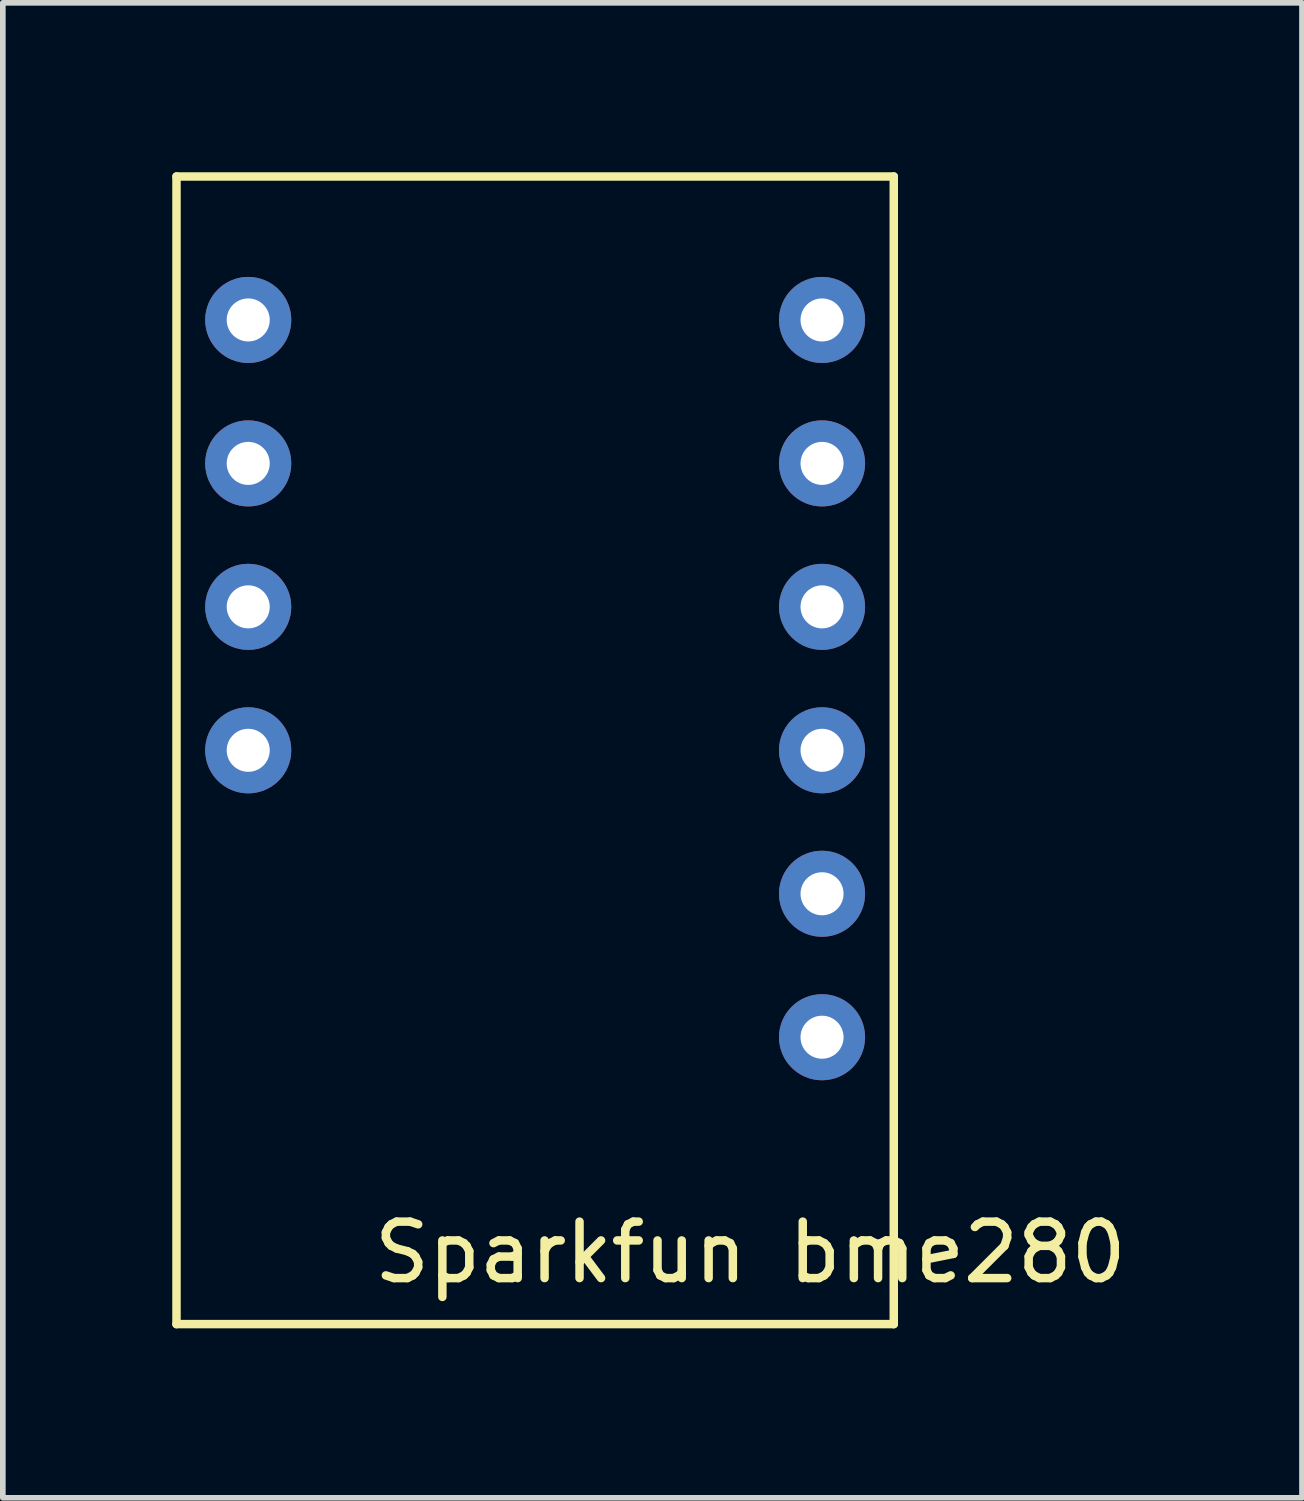
<source format=kicad_pcb>
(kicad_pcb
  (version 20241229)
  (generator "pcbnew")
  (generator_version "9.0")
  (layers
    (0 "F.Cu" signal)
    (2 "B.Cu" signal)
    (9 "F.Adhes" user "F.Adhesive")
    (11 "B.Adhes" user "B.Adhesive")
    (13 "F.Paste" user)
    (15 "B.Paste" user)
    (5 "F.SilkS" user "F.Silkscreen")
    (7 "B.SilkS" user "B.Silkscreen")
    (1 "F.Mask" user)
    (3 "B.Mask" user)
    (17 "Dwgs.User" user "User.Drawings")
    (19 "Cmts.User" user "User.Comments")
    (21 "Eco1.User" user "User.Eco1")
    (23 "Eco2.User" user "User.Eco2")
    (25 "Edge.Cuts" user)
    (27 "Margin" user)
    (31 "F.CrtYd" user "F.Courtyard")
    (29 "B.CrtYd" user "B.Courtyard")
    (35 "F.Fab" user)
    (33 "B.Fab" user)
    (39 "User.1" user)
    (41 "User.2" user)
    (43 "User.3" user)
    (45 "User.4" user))
  (footprint "Sparkfun bme280"
    (layer "F.Cu")
    (at 6.425 10.235)
    (property "Reference" "Sparkfun bme280" (at 3.81 8.89 0) (layer "F.SilkS") (effects (font (size 1 1) (thickness 0.15))))
    (attr through_hole)
    (fp_line (start -6.35 10.16) (end -6.35 -10.16) (stroke (width 0.15) (type solid)) (layer "F.SilkS"))
    (fp_line (start -6.35 10.16) (end 6.35 10.16) (stroke (width 0.15) (type solid)) (layer "F.SilkS"))
    (fp_line (start 6.35 -10.16) (end -6.35 -10.16) (stroke (width 0.15) (type solid)) (layer "F.SilkS"))
    (fp_line (start 6.35 -10.16) (end 6.35 10.16) (stroke (width 0.15) (type solid)) (layer "F.SilkS"))
    (pad "1" thru_hole circle (at -5.08 -7.62) (size 1.524 1.524) (drill 0.762) (layers "*.Cu" "*.Mask"))
    (pad "2" thru_hole circle (at -5.08 -5.08) (size 1.524 1.524) (drill 0.762) (layers "*.Cu" "*.Mask"))
    (pad "3" thru_hole circle (at -5.08 -2.54) (size 1.524 1.524) (drill 0.762) (layers "*.Cu" "*.Mask"))
    (pad "4" thru_hole circle (at -5.08 0) (size 1.524 1.524) (drill 0.762) (layers "*.Cu" "*.Mask"))
    (pad "5" thru_hole circle (at 5.08 -7.62) (size 1.524 1.524) (drill 0.762) (layers "*.Cu" "*.Mask"))
    (pad "6" thru_hole circle (at 5.08 -5.08) (size 1.524 1.524) (drill 0.762) (layers "*.Cu" "*.Mask"))
    (pad "7" thru_hole circle (at 5.08 -2.54) (size 1.524 1.524) (drill 0.762) (layers "*.Cu" "*.Mask"))
    (pad "8" thru_hole circle (at 5.08 0) (size 1.524 1.524) (drill 0.762) (layers "*.Cu" "*.Mask"))
    (pad "9" thru_hole circle (at 5.08 2.54) (size 1.524 1.524) (drill 0.762) (layers "*.Cu" "*.Mask"))
    (pad "10" thru_hole circle (at 5.08 5.08) (size 1.524 1.524) (drill 0.762) (layers "*.Cu" "*.Mask")))
  (gr_rect
    (start -3 -3)
    (end 20.003 23.47)
    (stroke (width 0.1) (type default))
    (fill no)
    (layer "Edge.Cuts")))
</source>
